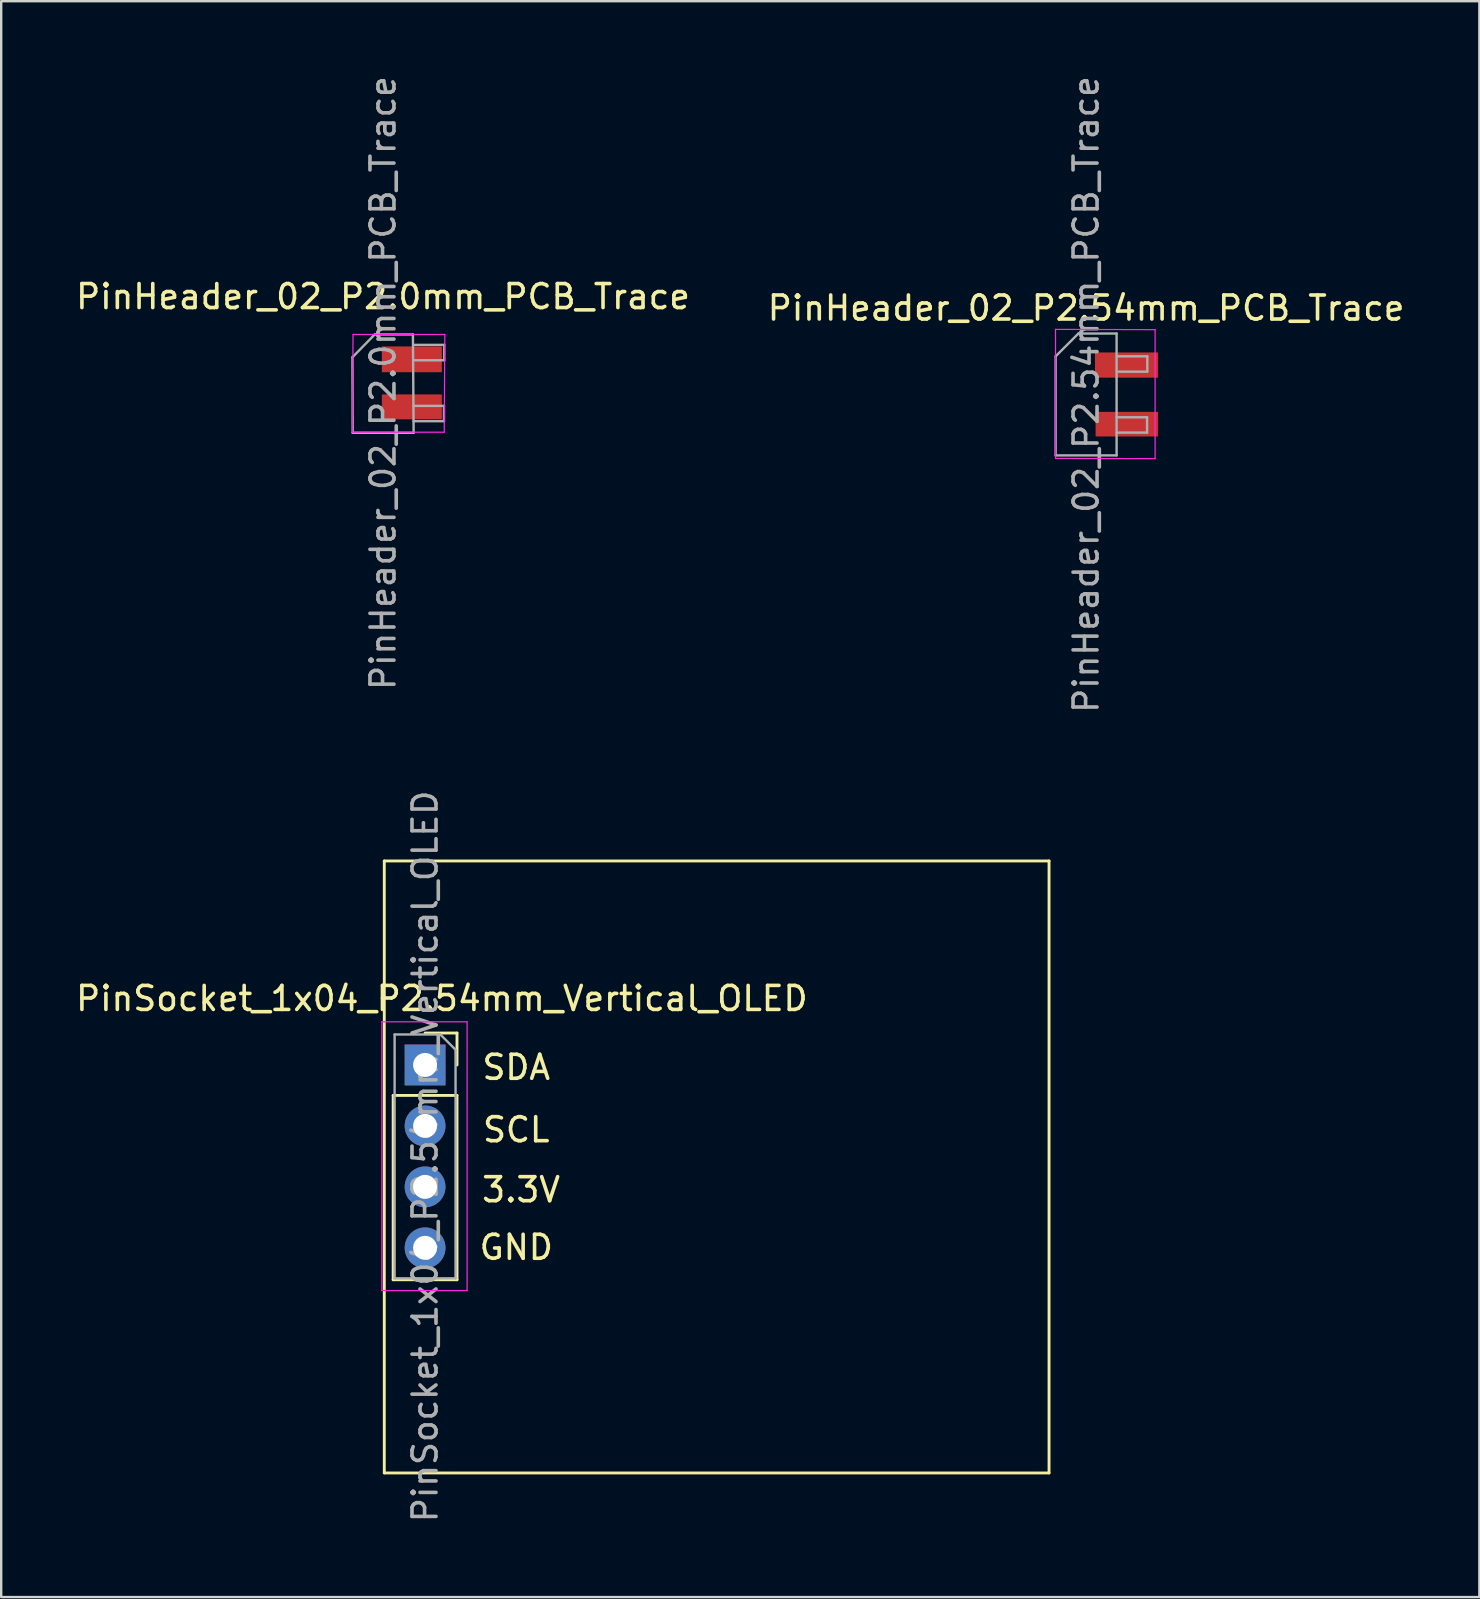
<source format=kicad_pcb>
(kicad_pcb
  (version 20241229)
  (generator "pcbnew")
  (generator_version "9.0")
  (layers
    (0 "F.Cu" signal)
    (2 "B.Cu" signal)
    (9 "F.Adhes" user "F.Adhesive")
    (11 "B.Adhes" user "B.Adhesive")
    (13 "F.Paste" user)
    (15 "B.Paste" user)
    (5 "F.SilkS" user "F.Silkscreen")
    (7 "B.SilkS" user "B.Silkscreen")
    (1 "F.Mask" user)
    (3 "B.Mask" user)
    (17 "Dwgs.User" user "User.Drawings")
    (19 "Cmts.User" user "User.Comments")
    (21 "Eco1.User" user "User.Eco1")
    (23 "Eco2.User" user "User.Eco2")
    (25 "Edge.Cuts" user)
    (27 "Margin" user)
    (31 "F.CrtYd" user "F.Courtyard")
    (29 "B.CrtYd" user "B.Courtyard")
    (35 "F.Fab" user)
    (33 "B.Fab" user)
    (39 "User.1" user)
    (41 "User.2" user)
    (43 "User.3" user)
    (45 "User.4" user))
  (footprint "PinHeader_02_P2.0mm_PCB_Trace"
    (layer "F.Cu")
    (at 12.911 12.911)
    (property "Reference" "PinHeader_02_P2.0mm_PCB_Trace" (at 0 -3.6 0) (layer "F.SilkS") (effects (font (size 1 1) (thickness 0.15))))
    (attr smd)
    (fp_line (start -1.275 2.05) (end 2.55 2.05) (stroke (width 0.05) (type solid)) (layer "F.CrtYd"))
    (fp_line (start -1.25 -2.025) (end -1.275 2.05) (stroke (width 0.05) (type solid)) (layer "F.CrtYd"))
    (fp_line (start 2.55 2.05) (end 2.575 -2.025) (stroke (width 0.05) (type solid)) (layer "F.CrtYd"))
    (fp_line (start 2.575 -2.025) (end -1.25 -2.025) (stroke (width 0.05) (type solid)) (layer "F.CrtYd"))
    (fp_line (start -1.275 -1.075) (end -0.345 -2.025) (stroke (width 0.1) (type solid)) (layer "F.Fab"))
    (fp_line (start -1.265 2.075) (end -1.275 -1.075) (stroke (width 0.1) (type solid)) (layer "F.Fab"))
    (fp_line (start -0.345 -2.025) (end 1.245 -2.025) (stroke (width 0.1) (type solid)) (layer "F.Fab"))
    (fp_line (start 1.245 -2.025) (end 1.275 2.075) (stroke (width 0.1) (type solid)) (layer "F.Fab"))
    (fp_line (start 1.27 0.95) (end 2.54 0.95) (stroke (width 0.1) (type solid)) (layer "F.Fab"))
    (fp_line (start 1.275 2.075) (end -1.265 2.075) (stroke (width 0.1) (type solid)) (layer "F.Fab"))
    (fp_line (start 1.28 -0.95) (end 2.55 -0.95) (stroke (width 0.1) (type solid)) (layer "F.Fab"))
    (fp_line (start 2.54 0.95) (end 2.54 1.59) (stroke (width 0.1) (type solid)) (layer "F.Fab"))
    (fp_line (start 2.54 1.59) (end 1.27 1.59) (stroke (width 0.1) (type solid)) (layer "F.Fab"))
    (fp_line (start 2.55 -1.59) (end 1.28 -1.59) (stroke (width 0.1) (type solid)) (layer "F.Fab"))
    (fp_line (start 2.55 -0.95) (end 2.55 -1.59) (stroke (width 0.1) (type solid)) (layer "F.Fab"))
    (fp_text user "${REFERENCE}" (at 0 0 90) (layer "F.Fab") (effects (font (size 1 1) (thickness 0.15))))
    (pad "1" smd rect (at 1.2 -0.988) (size 2.5 1.075) (layers "F.Cu" "F.Mask" "F.Paste"))
    (pad "2" smd rect (at 1.2 0.994) (size 2.5 1.038) (layers "F.Cu" "F.Mask" "F.Paste")))
  (footprint "PinSocket_1x04_P2.54mm_Vertical_OLED"
    (layer "F.Cu")
    (at 14.663 41.327)
    (property "Reference" "PinSocket_1x04_P2.54mm_Vertical_OLED" (at 0.7 -2.77 0) (layer "F.SilkS") (effects (font (size 1 1) (thickness 0.15))))
    (attr through_hole)
    (fp_line (start -1.7 -8.5) (end -1.7 17) (stroke (width 0.12) (type solid)) (layer "F.SilkS"))
    (fp_line (start -1.7 -8.5) (end 26 -8.5) (stroke (width 0.12) (type solid)) (layer "F.SilkS"))
    (fp_line (start -1.33 1.27) (end -1.33 8.95) (stroke (width 0.12) (type solid)) (layer "F.SilkS"))
    (fp_line (start -1.33 1.27) (end 1.33 1.27) (stroke (width 0.12) (type solid)) (layer "F.SilkS"))
    (fp_line (start -1.33 8.95) (end 1.33 8.95) (stroke (width 0.12) (type solid)) (layer "F.SilkS"))
    (fp_line (start 0 -1.33) (end 1.33 -1.33) (stroke (width 0.12) (type solid)) (layer "F.SilkS"))
    (fp_line (start 1.33 -1.33) (end 1.33 0) (stroke (width 0.12) (type solid)) (layer "F.SilkS"))
    (fp_line (start 1.33 1.27) (end 1.33 8.95) (stroke (width 0.12) (type solid)) (layer "F.SilkS"))
    (fp_line (start 26 -8.5) (end 26 17) (stroke (width 0.12) (type solid)) (layer "F.SilkS"))
    (fp_line (start 26 17) (end -1.7 17) (stroke (width 0.12) (type solid)) (layer "F.SilkS"))
    (fp_line (start -1.8 -1.8) (end 1.75 -1.8) (stroke (width 0.05) (type solid)) (layer "F.CrtYd"))
    (fp_line (start -1.8 9.4) (end -1.8 -1.8) (stroke (width 0.05) (type solid)) (layer "F.CrtYd"))
    (fp_line (start 1.75 -1.8) (end 1.75 9.4) (stroke (width 0.05) (type solid)) (layer "F.CrtYd"))
    (fp_line (start 1.75 9.4) (end -1.8 9.4) (stroke (width 0.05) (type solid)) (layer "F.CrtYd"))
    (fp_line (start -1.27 -1.27) (end 0.635 -1.27) (stroke (width 0.1) (type solid)) (layer "F.Fab"))
    (fp_line (start -1.27 8.89) (end -1.27 -1.27) (stroke (width 0.1) (type solid)) (layer "F.Fab"))
    (fp_line (start 0.635 -1.27) (end 1.27 -0.635) (stroke (width 0.1) (type solid)) (layer "F.Fab"))
    (fp_line (start 1.27 -0.635) (end 1.27 8.89) (stroke (width 0.1) (type solid)) (layer "F.Fab"))
    (fp_line (start 1.27 8.89) (end -1.27 8.89) (stroke (width 0.1) (type solid)) (layer "F.Fab"))
    (fp_text user "3.3V" (at 4 5.2 0) (unlocked yes) (layer "F.SilkS") (effects (font (size 1 1) (thickness 0.15))))
    (fp_text user "GND" (at 3.8 7.6 0) (unlocked yes) (layer "F.SilkS") (effects (font (size 1 1) (thickness 0.15))))
    (fp_text user "SCL" (at 3.8 2.7 0) (unlocked yes) (layer "F.SilkS") (effects (font (size 1 1) (thickness 0.15))))
    (fp_text user "SDA" (at 3.8 0.1 0) (unlocked yes) (layer "F.SilkS") (effects (font (size 1 1) (thickness 0.15))))
    (fp_text user "${REFERENCE}" (at 0 3.81 90) (layer "F.Fab") (effects (font (size 1 1) (thickness 0.15))))
    (pad "1" thru_hole rect (at 0 0) (size 1.7 1.7) (drill 1) (layers "*.Cu" "*.Mask"))
    (pad "2" thru_hole oval (at 0 2.54) (size 1.7 1.7) (drill 1) (layers "*.Cu" "*.Mask"))
    (pad "3" thru_hole oval (at 0 5.08) (size 1.7 1.7) (drill 1) (layers "*.Cu" "*.Mask"))
    (pad "4" thru_hole oval (at 0 7.62) (size 1.7 1.7) (drill 1) (layers "*.Cu" "*.Mask")))
  (footprint "PinHeader_02_P2.54mm_PCB_Trace"
    (layer "F.Cu")
    (at 42.208 13.387)
    (property "Reference" "PinHeader_02_P2.54mm_PCB_Trace" (at 0 -3.6 0) (layer "F.SilkS") (effects (font (size 1 1) (thickness 0.15))))
    (attr smd)
    (fp_line (start -1.275 -2.712) (end -1.275 2.663) (stroke (width 0.05) (type solid)) (layer "F.CrtYd"))
    (fp_line (start -1.275 2.663) (end 2.875 2.675) (stroke (width 0.05) (type solid)) (layer "F.CrtYd"))
    (fp_line (start 2.875 -2.7) (end -1.275 -2.712) (stroke (width 0.05) (type solid)) (layer "F.CrtYd"))
    (fp_line (start 2.875 2.675) (end 2.875 -2.7) (stroke (width 0.05) (type solid)) (layer "F.CrtYd"))
    (fp_line (start -1.27 -1.59) (end -0.32 -2.54) (stroke (width 0.1) (type solid)) (layer "F.Fab"))
    (fp_line (start -1.27 2.54) (end -1.27 -1.59) (stroke (width 0.1) (type solid)) (layer "F.Fab"))
    (fp_line (start -0.32 -2.54) (end 1.27 -2.54) (stroke (width 0.1) (type solid)) (layer "F.Fab"))
    (fp_line (start 1.27 -2.54) (end 1.27 2.54) (stroke (width 0.1) (type solid)) (layer "F.Fab"))
    (fp_line (start 1.27 0.95) (end 2.54 0.95) (stroke (width 0.1) (type solid)) (layer "F.Fab"))
    (fp_line (start 1.27 2.54) (end -1.27 2.54) (stroke (width 0.1) (type solid)) (layer "F.Fab"))
    (fp_line (start 1.28 -0.95) (end 2.55 -0.95) (stroke (width 0.1) (type solid)) (layer "F.Fab"))
    (fp_line (start 2.54 0.95) (end 2.54 1.59) (stroke (width 0.1) (type solid)) (layer "F.Fab"))
    (fp_line (start 2.54 1.59) (end 1.27 1.59) (stroke (width 0.1) (type solid)) (layer "F.Fab"))
    (fp_line (start 2.55 -1.59) (end 1.28 -1.59) (stroke (width 0.1) (type solid)) (layer "F.Fab"))
    (fp_line (start 2.55 -0.95) (end 2.55 -1.59) (stroke (width 0.1) (type solid)) (layer "F.Fab"))
    (fp_text user "${REFERENCE}" (at 0 0 90) (layer "F.Fab") (effects (font (size 1 1) (thickness 0.15))))
    (pad "1" smd rect (at 1.685 -1.225) (size 2.63 1.05) (layers "F.Cu" "F.Mask" "F.Paste"))
    (pad "2" smd rect (at 1.698 1.238) (size 2.605 1.025) (layers "F.Cu" "F.Mask" "F.Paste")))
  (gr_rect
    (start -3 -3)
    (end 58.595 63.5)
    (stroke (width 0.1) (type default))
    (fill no)
    (layer "Edge.Cuts")))
</source>
